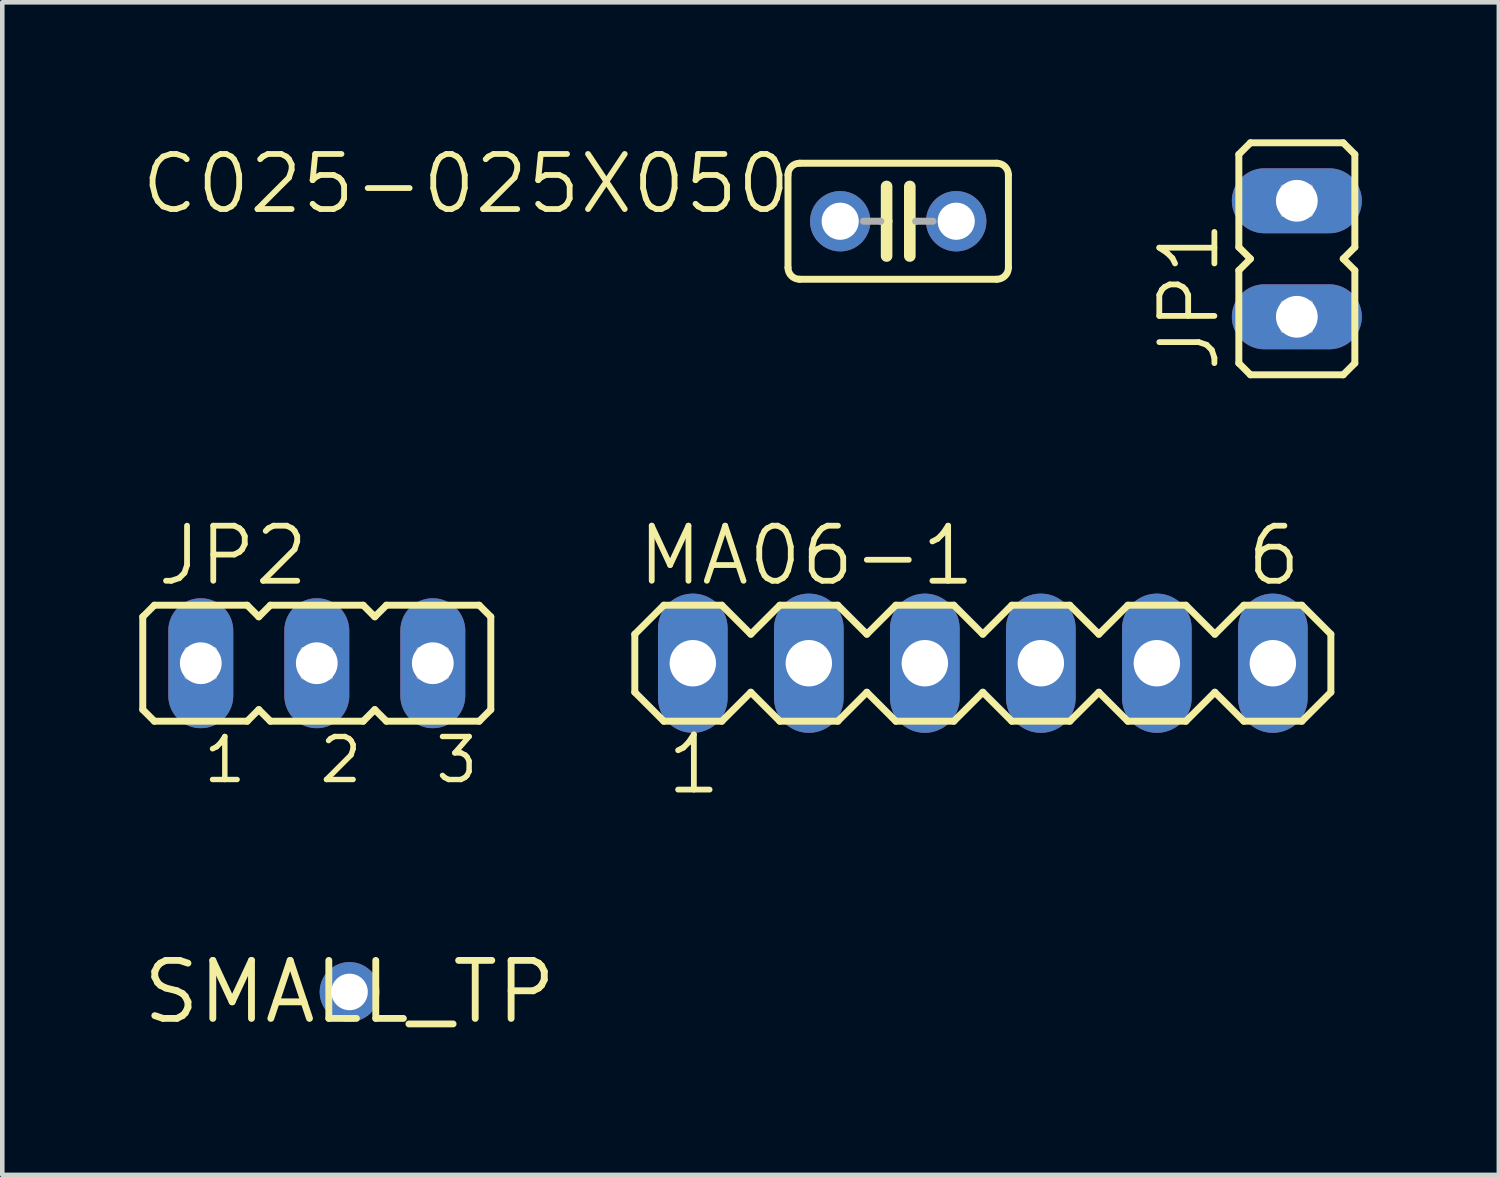
<source format=kicad_pcb>
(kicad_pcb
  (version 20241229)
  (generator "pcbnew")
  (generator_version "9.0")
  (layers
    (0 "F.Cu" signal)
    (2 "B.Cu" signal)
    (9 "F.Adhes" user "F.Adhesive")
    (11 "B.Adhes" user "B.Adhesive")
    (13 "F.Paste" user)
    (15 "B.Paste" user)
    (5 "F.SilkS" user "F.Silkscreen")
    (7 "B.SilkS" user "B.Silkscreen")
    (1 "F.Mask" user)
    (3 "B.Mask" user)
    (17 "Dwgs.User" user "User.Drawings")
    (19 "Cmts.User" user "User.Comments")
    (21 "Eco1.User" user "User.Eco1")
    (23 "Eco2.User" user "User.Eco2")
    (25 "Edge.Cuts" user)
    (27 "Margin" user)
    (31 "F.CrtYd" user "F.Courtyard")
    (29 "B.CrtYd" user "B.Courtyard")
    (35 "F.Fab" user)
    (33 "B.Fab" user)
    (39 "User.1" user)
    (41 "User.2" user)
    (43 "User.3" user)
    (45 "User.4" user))
  (footprint "MA06-1"
    (layer "F.Cu")
    (at 18.469 11.471)
    (property "Reference" "MA06-1" (at -7.62 -1.651 0) (layer "F.SilkS") (effects (font (size 1.206 1.206) (thickness 0.127)) (justify left bottom)))
    (attr through_hole)
    (fp_line (start -7.62 -0.635) (end -7.62 0.635) (stroke (width 0.152) (type solid)) (layer "F.SilkS"))
    (fp_line (start -7.62 0.635) (end -6.985 1.27) (stroke (width 0.152) (type solid)) (layer "F.SilkS"))
    (fp_line (start -6.985 -1.27) (end -7.62 -0.635) (stroke (width 0.152) (type solid)) (layer "F.SilkS"))
    (fp_line (start -6.985 -1.27) (end -5.715 -1.27) (stroke (width 0.152) (type solid)) (layer "F.SilkS"))
    (fp_line (start -5.715 -1.27) (end -5.08 -0.635) (stroke (width 0.152) (type solid)) (layer "F.SilkS"))
    (fp_line (start -5.715 1.27) (end -6.985 1.27) (stroke (width 0.152) (type solid)) (layer "F.SilkS"))
    (fp_line (start -5.08 -0.635) (end -4.445 -1.27) (stroke (width 0.152) (type solid)) (layer "F.SilkS"))
    (fp_line (start -5.08 0.635) (end -5.715 1.27) (stroke (width 0.152) (type solid)) (layer "F.SilkS"))
    (fp_line (start -4.445 -1.27) (end -3.175 -1.27) (stroke (width 0.152) (type solid)) (layer "F.SilkS"))
    (fp_line (start -4.445 1.27) (end -5.08 0.635) (stroke (width 0.152) (type solid)) (layer "F.SilkS"))
    (fp_line (start -3.175 -1.27) (end -2.54 -0.635) (stroke (width 0.152) (type solid)) (layer "F.SilkS"))
    (fp_line (start -3.175 1.27) (end -4.445 1.27) (stroke (width 0.152) (type solid)) (layer "F.SilkS"))
    (fp_line (start -2.54 -0.635) (end -1.905 -1.27) (stroke (width 0.152) (type solid)) (layer "F.SilkS"))
    (fp_line (start -2.54 0.635) (end -3.175 1.27) (stroke (width 0.152) (type solid)) (layer "F.SilkS"))
    (fp_line (start -1.905 -1.27) (end -0.635 -1.27) (stroke (width 0.152) (type solid)) (layer "F.SilkS"))
    (fp_line (start -1.905 1.27) (end -2.54 0.635) (stroke (width 0.152) (type solid)) (layer "F.SilkS"))
    (fp_line (start -0.635 -1.27) (end 0 -0.635) (stroke (width 0.152) (type solid)) (layer "F.SilkS"))
    (fp_line (start -0.635 1.27) (end -1.905 1.27) (stroke (width 0.152) (type solid)) (layer "F.SilkS"))
    (fp_line (start 0 0.635) (end -0.635 1.27) (stroke (width 0.152) (type solid)) (layer "F.SilkS"))
    (fp_line (start 0 0.635) (end 0.635 1.27) (stroke (width 0.152) (type solid)) (layer "F.SilkS"))
    (fp_line (start 0.635 -1.27) (end 0 -0.635) (stroke (width 0.152) (type solid)) (layer "F.SilkS"))
    (fp_line (start 0.635 -1.27) (end 1.905 -1.27) (stroke (width 0.152) (type solid)) (layer "F.SilkS"))
    (fp_line (start 1.905 -1.27) (end 2.54 -0.635) (stroke (width 0.152) (type solid)) (layer "F.SilkS"))
    (fp_line (start 1.905 1.27) (end 0.635 1.27) (stroke (width 0.152) (type solid)) (layer "F.SilkS"))
    (fp_line (start 2.54 -0.635) (end 3.175 -1.27) (stroke (width 0.152) (type solid)) (layer "F.SilkS"))
    (fp_line (start 2.54 0.635) (end 1.905 1.27) (stroke (width 0.152) (type solid)) (layer "F.SilkS"))
    (fp_line (start 3.175 -1.27) (end 4.445 -1.27) (stroke (width 0.152) (type solid)) (layer "F.SilkS"))
    (fp_line (start 3.175 1.27) (end 2.54 0.635) (stroke (width 0.152) (type solid)) (layer "F.SilkS"))
    (fp_line (start 4.445 -1.27) (end 5.08 -0.635) (stroke (width 0.152) (type solid)) (layer "F.SilkS"))
    (fp_line (start 4.445 1.27) (end 3.175 1.27) (stroke (width 0.152) (type solid)) (layer "F.SilkS"))
    (fp_line (start 5.08 -0.635) (end 5.715 -1.27) (stroke (width 0.152) (type solid)) (layer "F.SilkS"))
    (fp_line (start 5.08 0.635) (end 4.445 1.27) (stroke (width 0.152) (type solid)) (layer "F.SilkS"))
    (fp_line (start 5.715 -1.27) (end 6.985 -1.27) (stroke (width 0.152) (type solid)) (layer "F.SilkS"))
    (fp_line (start 5.715 1.27) (end 5.08 0.635) (stroke (width 0.152) (type solid)) (layer "F.SilkS"))
    (fp_line (start 6.985 -1.27) (end 7.62 -0.635) (stroke (width 0.152) (type solid)) (layer "F.SilkS"))
    (fp_line (start 6.985 1.27) (end 5.715 1.27) (stroke (width 0.152) (type solid)) (layer "F.SilkS"))
    (fp_line (start 7.62 -0.635) (end 7.62 0.635) (stroke (width 0.152) (type solid)) (layer "F.SilkS"))
    (fp_line (start 7.62 0.635) (end 6.985 1.27) (stroke (width 0.152) (type solid)) (layer "F.SilkS"))
    (fp_poly (pts (xy -6.604 0.254) (xy -6.096 0.254) (xy -6.096 -0.254) (xy -6.604 -0.254)) (stroke (width 0.1) (type solid)) (fill no) (layer "F.Fab"))
    (fp_poly (pts (xy -4.064 0.254) (xy -3.556 0.254) (xy -3.556 -0.254) (xy -4.064 -0.254)) (stroke (width 0.1) (type solid)) (fill no) (layer "F.Fab"))
    (fp_poly (pts (xy -1.524 0.254) (xy -1.016 0.254) (xy -1.016 -0.254) (xy -1.524 -0.254)) (stroke (width 0.1) (type solid)) (fill no) (layer "F.Fab"))
    (fp_poly (pts (xy 1.016 0.254) (xy 1.524 0.254) (xy 1.524 -0.254) (xy 1.016 -0.254)) (stroke (width 0.1) (type solid)) (fill no) (layer "F.Fab"))
    (fp_poly (pts (xy 3.556 0.254) (xy 4.064 0.254) (xy 4.064 -0.254) (xy 3.556 -0.254)) (stroke (width 0.1) (type solid)) (fill no) (layer "F.Fab"))
    (fp_poly (pts (xy 6.096 0.254) (xy 6.604 0.254) (xy 6.604 -0.254) (xy 6.096 -0.254)) (stroke (width 0.1) (type solid)) (fill no) (layer "F.Fab"))
    (fp_text user "6" (at 5.715 -1.651 0) (layer "F.SilkS") (effects (font (size 1.206 1.206) (thickness 0.127)) (justify left bottom)))
    (fp_text user "1" (at -6.985 2.921 0) (layer "F.SilkS") (effects (font (size 1.206 1.206) (thickness 0.127)) (justify left bottom)))
    (pad "1" thru_hole oval (at -6.35 0 90) (size 3.048 1.524) (drill 1.016) (layers "*.Cu" "*.Mask"))
    (pad "2" thru_hole oval (at -3.81 0 90) (size 3.048 1.524) (drill 1.016) (layers "*.Cu" "*.Mask"))
    (pad "3" thru_hole oval (at -1.27 0 90) (size 3.048 1.524) (drill 1.016) (layers "*.Cu" "*.Mask"))
    (pad "4" thru_hole oval (at 1.27 0 90) (size 3.048 1.524) (drill 1.016) (layers "*.Cu" "*.Mask"))
    (pad "5" thru_hole oval (at 3.81 0 90) (size 3.048 1.524) (drill 1.016) (layers "*.Cu" "*.Mask"))
    (pad "6" thru_hole oval (at 6.35 0 90) (size 3.048 1.524) (drill 1.016) (layers "*.Cu" "*.Mask")))
  (footprint "SMALL_TP"
    (layer "F.Cu")
    (at 4.603 18.668)
    (property "Reference" "SMALL_TP" (at 0 0 0) (layer "F.SilkS") (effects (font (size 1.27 1.27) (thickness 0.15))))
    (attr through_hole)
    (pad "TP" thru_hole circle (at 0 0) (size 1.308 1.308) (drill 0.8) (layers "*.Cu" "*.Mask")))
  (footprint "C025-025X050"
    (layer "F.Cu")
    (at 16.616 1.794)
    (property "Reference" "C025-025X050" (at -2.286 -1.524 0) (layer "F.SilkS") (effects (font (size 1.206 1.206) (thickness 0.127)) (justify right top)))
    (attr through_hole)
    (fp_line (start -2.413 -1.016) (end -2.413 1.016) (stroke (width 0.152) (type solid)) (layer "F.SilkS"))
    (fp_line (start -2.159 -1.27) (end 2.159 -1.27) (stroke (width 0.152) (type solid)) (layer "F.SilkS"))
    (fp_line (start -0.254 -0.762) (end -0.254 0) (stroke (width 0.254) (type solid)) (layer "F.SilkS"))
    (fp_line (start -0.254 0) (end -0.381 0) (stroke (width 0.152) (type solid)) (layer "F.SilkS"))
    (fp_line (start -0.254 0) (end -0.254 0.762) (stroke (width 0.254) (type solid)) (layer "F.SilkS"))
    (fp_line (start 0.254 0) (end 0.254 -0.762) (stroke (width 0.254) (type solid)) (layer "F.SilkS"))
    (fp_line (start 0.254 0) (end 0.254 0.762) (stroke (width 0.254) (type solid)) (layer "F.SilkS"))
    (fp_line (start 0.381 0) (end 0.254 0) (stroke (width 0.152) (type solid)) (layer "F.SilkS"))
    (fp_line (start 2.159 1.27) (end -2.159 1.27) (stroke (width 0.152) (type solid)) (layer "F.SilkS"))
    (fp_line (start 2.413 -1.016) (end 2.413 1.016) (stroke (width 0.152) (type solid)) (layer "F.SilkS"))
    (fp_arc (start -2.413 -1.016) (mid -2.338605 -1.195605) (end -2.159 -1.27) (stroke (width 0.1524) (type solid)) (layer "F.SilkS"))
    (fp_arc (start -2.159 1.27) (mid -2.338605 1.195605) (end -2.413 1.016) (stroke (width 0.1524) (type solid)) (layer "F.SilkS"))
    (fp_arc (start 2.159 -1.27) (mid 2.338605 -1.195605) (end 2.413 -1.016) (stroke (width 0.1524) (type solid)) (layer "F.SilkS"))
    (fp_arc (start 2.413 1.016) (mid 2.338605 1.195605) (end 2.159 1.27) (stroke (width 0.1524) (type solid)) (layer "F.SilkS"))
    (fp_line (start -0.381 0) (end -0.762 0) (stroke (width 0.152) (type solid)) (layer "F.Fab"))
    (fp_line (start 0.762 0) (end 0.381 0) (stroke (width 0.152) (type solid)) (layer "F.Fab"))
    (pad "1" thru_hole circle (at -1.27 0) (size 1.321 1.321) (drill 0.813) (layers "*.Cu" "*.Mask"))
    (pad "2" thru_hole circle (at 1.27 0) (size 1.321 1.321) (drill 0.813) (layers "*.Cu" "*.Mask")))
  (footprint "JP1"
    (layer "F.Cu")
    (at 25.344 2.616)
    (property "Reference" "JP1" (at -1.651 2.54 90) (layer "F.SilkS") (effects (font (size 1.206 1.206) (thickness 0.127)) (justify left bottom)))
    (attr through_hole)
    (fp_line (start -1.27 -2.286) (end -1.27 -0.254) (stroke (width 0.152) (type solid)) (layer "F.SilkS"))
    (fp_line (start -1.27 -2.286) (end -1.016 -2.54) (stroke (width 0.152) (type solid)) (layer "F.SilkS"))
    (fp_line (start -1.27 0.254) (end -1.27 2.286) (stroke (width 0.152) (type solid)) (layer "F.SilkS"))
    (fp_line (start -1.016 0) (end -1.27 -0.254) (stroke (width 0.152) (type solid)) (layer "F.SilkS"))
    (fp_line (start -1.016 0) (end -1.27 0.254) (stroke (width 0.152) (type solid)) (layer "F.SilkS"))
    (fp_line (start -1.016 2.54) (end -1.27 2.286) (stroke (width 0.152) (type solid)) (layer "F.SilkS"))
    (fp_line (start -1.016 2.54) (end 1.016 2.54) (stroke (width 0.152) (type solid)) (layer "F.SilkS"))
    (fp_line (start 1.016 -2.54) (end -1.016 -2.54) (stroke (width 0.152) (type solid)) (layer "F.SilkS"))
    (fp_line (start 1.016 0) (end 1.27 -0.254) (stroke (width 0.152) (type solid)) (layer "F.SilkS"))
    (fp_line (start 1.016 0) (end 1.27 0.254) (stroke (width 0.152) (type solid)) (layer "F.SilkS"))
    (fp_line (start 1.016 2.54) (end 1.27 2.286) (stroke (width 0.152) (type solid)) (layer "F.SilkS"))
    (fp_line (start 1.27 -2.286) (end 1.016 -2.54) (stroke (width 0.152) (type solid)) (layer "F.SilkS"))
    (fp_line (start 1.27 -2.286) (end 1.27 -0.254) (stroke (width 0.152) (type solid)) (layer "F.SilkS"))
    (fp_line (start 1.27 0.254) (end 1.27 2.286) (stroke (width 0.152) (type solid)) (layer "F.SilkS"))
    (fp_poly (pts (xy -0.305 -0.965) (xy 0.305 -0.965) (xy 0.305 -1.575) (xy -0.305 -1.575)) (stroke (width 0.1) (type solid)) (fill no) (layer "F.Fab"))
    (fp_poly (pts (xy -0.305 1.575) (xy 0.305 1.575) (xy 0.305 0.965) (xy -0.305 0.965)) (stroke (width 0.1) (type solid)) (fill no) (layer "F.Fab"))
    (pad "1" thru_hole oval (at 0 1.27) (size 2.845 1.422) (drill 0.914) (layers "*.Cu" "*.Mask"))
    (pad "2" thru_hole oval (at 0 -1.27) (size 2.845 1.422) (drill 0.914) (layers "*.Cu" "*.Mask")))
  (footprint "JP2"
    (layer "F.Cu")
    (at 3.886 11.471)
    (property "Reference" "JP2" (at -3.556 -1.651 0) (layer "F.SilkS") (effects (font (size 1.206 1.206) (thickness 0.127)) (justify left bottom)))
    (attr through_hole)
    (fp_line (start -3.81 -1.016) (end -3.556 -1.27) (stroke (width 0.152) (type solid)) (layer "F.SilkS"))
    (fp_line (start -3.81 1.016) (end -3.81 -1.016) (stroke (width 0.152) (type solid)) (layer "F.SilkS"))
    (fp_line (start -3.81 1.016) (end -3.556 1.27) (stroke (width 0.152) (type solid)) (layer "F.SilkS"))
    (fp_line (start -1.524 -1.27) (end -3.556 -1.27) (stroke (width 0.152) (type solid)) (layer "F.SilkS"))
    (fp_line (start -1.524 -1.27) (end -1.27 -1.016) (stroke (width 0.152) (type solid)) (layer "F.SilkS"))
    (fp_line (start -1.524 1.27) (end -3.556 1.27) (stroke (width 0.152) (type solid)) (layer "F.SilkS"))
    (fp_line (start -1.524 1.27) (end -1.27 1.016) (stroke (width 0.152) (type solid)) (layer "F.SilkS"))
    (fp_line (start -1.27 -1.016) (end -1.016 -1.27) (stroke (width 0.152) (type solid)) (layer "F.SilkS"))
    (fp_line (start -1.27 1.016) (end -1.016 1.27) (stroke (width 0.152) (type solid)) (layer "F.SilkS"))
    (fp_line (start 1.016 -1.27) (end -1.016 -1.27) (stroke (width 0.152) (type solid)) (layer "F.SilkS"))
    (fp_line (start 1.016 -1.27) (end 1.27 -1.016) (stroke (width 0.152) (type solid)) (layer "F.SilkS"))
    (fp_line (start 1.016 1.27) (end -1.016 1.27) (stroke (width 0.152) (type solid)) (layer "F.SilkS"))
    (fp_line (start 1.016 1.27) (end 1.27 1.016) (stroke (width 0.152) (type solid)) (layer "F.SilkS"))
    (fp_line (start 1.27 -1.016) (end 1.524 -1.27) (stroke (width 0.152) (type solid)) (layer "F.SilkS"))
    (fp_line (start 1.27 1.016) (end 1.524 1.27) (stroke (width 0.152) (type solid)) (layer "F.SilkS"))
    (fp_line (start 3.556 -1.27) (end 1.524 -1.27) (stroke (width 0.152) (type solid)) (layer "F.SilkS"))
    (fp_line (start 3.556 -1.27) (end 3.81 -1.016) (stroke (width 0.152) (type solid)) (layer "F.SilkS"))
    (fp_line (start 3.556 1.27) (end 1.524 1.27) (stroke (width 0.152) (type solid)) (layer "F.SilkS"))
    (fp_line (start 3.556 1.27) (end 3.81 1.016) (stroke (width 0.152) (type solid)) (layer "F.SilkS"))
    (fp_line (start 3.81 -1.016) (end 3.81 1.016) (stroke (width 0.152) (type solid)) (layer "F.SilkS"))
    (fp_poly (pts (xy -2.845 0.305) (xy -2.235 0.305) (xy -2.235 -0.305) (xy -2.845 -0.305)) (stroke (width 0.1) (type solid)) (fill no) (layer "F.Fab"))
    (fp_poly (pts (xy -0.305 0.305) (xy 0.305 0.305) (xy 0.305 -0.305) (xy -0.305 -0.305)) (stroke (width 0.1) (type solid)) (fill no) (layer "F.Fab"))
    (fp_poly (pts (xy 2.235 0.305) (xy 2.845 0.305) (xy 2.845 -0.305) (xy 2.235 -0.305)) (stroke (width 0.1) (type solid)) (fill no) (layer "F.Fab"))
    (fp_text user "2" (at 0 2.667 0) (layer "F.SilkS") (effects (font (size 0.941 0.941) (thickness 0.119)) (justify left bottom)))
    (fp_text user "1" (at -2.54 2.667 0) (layer "F.SilkS") (effects (font (size 0.941 0.941) (thickness 0.119)) (justify left bottom)))
    (fp_text user "3" (at 2.54 2.667 0) (layer "F.SilkS") (effects (font (size 0.941 0.941) (thickness 0.119)) (justify left bottom)))
    (pad "1" thru_hole oval (at -2.54 0 90) (size 2.845 1.422) (drill 0.914) (layers "*.Cu" "*.Mask"))
    (pad "2" thru_hole oval (at 0 0 90) (size 2.845 1.422) (drill 0.914) (layers "*.Cu" "*.Mask"))
    (pad "3" thru_hole oval (at 2.54 0 90) (size 2.845 1.422) (drill 0.914) (layers "*.Cu" "*.Mask")))
  (gr_rect
    (start -3 -3)
    (end 29.767 22.674)
    (stroke (width 0.1) (type default))
    (fill no)
    (layer "Edge.Cuts")))
</source>
